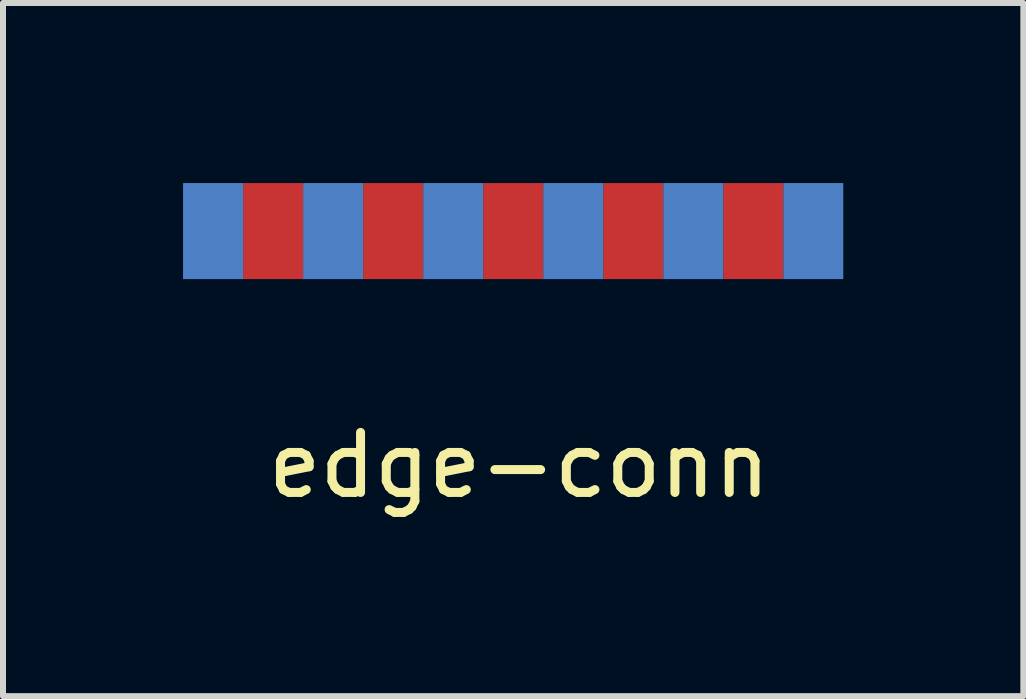
<source format=kicad_pcb>
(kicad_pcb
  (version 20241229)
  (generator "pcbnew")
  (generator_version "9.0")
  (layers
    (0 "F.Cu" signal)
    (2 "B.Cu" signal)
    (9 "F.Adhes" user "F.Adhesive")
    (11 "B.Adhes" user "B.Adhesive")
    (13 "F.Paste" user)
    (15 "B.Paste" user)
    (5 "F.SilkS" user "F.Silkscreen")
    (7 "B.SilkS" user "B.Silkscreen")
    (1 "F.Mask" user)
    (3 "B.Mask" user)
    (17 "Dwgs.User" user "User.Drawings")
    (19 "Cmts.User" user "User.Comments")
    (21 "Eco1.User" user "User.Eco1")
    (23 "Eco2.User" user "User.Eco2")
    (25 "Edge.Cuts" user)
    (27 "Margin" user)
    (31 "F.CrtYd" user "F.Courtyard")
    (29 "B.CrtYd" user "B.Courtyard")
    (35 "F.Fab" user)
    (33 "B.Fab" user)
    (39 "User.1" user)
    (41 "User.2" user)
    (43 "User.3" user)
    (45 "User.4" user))
  (footprint "edge-conn"
    (layer "F.Cu")
    (at 5.5 0.8)
    (property "Reference" "edge-conn" (at 0.1 3.9 0) (layer "F.SilkS") (effects (font (size 1 1) (thickness 0.15))))
    (attr through_hole)
    (pad "1" connect rect (at 5 0) (size 1 1.6) (layers "B.Cu" "B.Mask"))
    (pad "2" connect rect (at 4 0) (size 1 1.6) (layers "F.Cu" "F.Mask"))
    (pad "3" connect rect (at 3 0) (size 1 1.6) (layers "B.Cu" "B.Mask"))
    (pad "4" connect rect (at 2 0) (size 1 1.6) (layers "F.Cu" "F.Mask"))
    (pad "5" connect rect (at 1 0) (size 1 1.6) (layers "B.Cu" "B.Mask"))
    (pad "6" connect rect (at 0 0) (size 1 1.6) (layers "F.Cu" "F.Mask"))
    (pad "7" connect rect (at -1 0) (size 1 1.6) (layers "B.Cu" "B.Mask"))
    (pad "8" connect rect (at -2 0) (size 1 1.6) (layers "F.Cu" "F.Mask"))
    (pad "9" connect rect (at -3 0) (size 1 1.6) (layers "B.Cu" "B.Mask"))
    (pad "10" connect rect (at -4 0) (size 1 1.6) (layers "F.Cu" "F.Mask"))
    (pad "11" connect rect (at -5 0) (size 1 1.6) (layers "B.Cu" "B.Mask")))
  (gr_rect
    (start -3 -3)
    (end 14 8.548)
    (stroke (width 0.1) (type default))
    (fill no)
    (layer "Edge.Cuts")))
</source>
